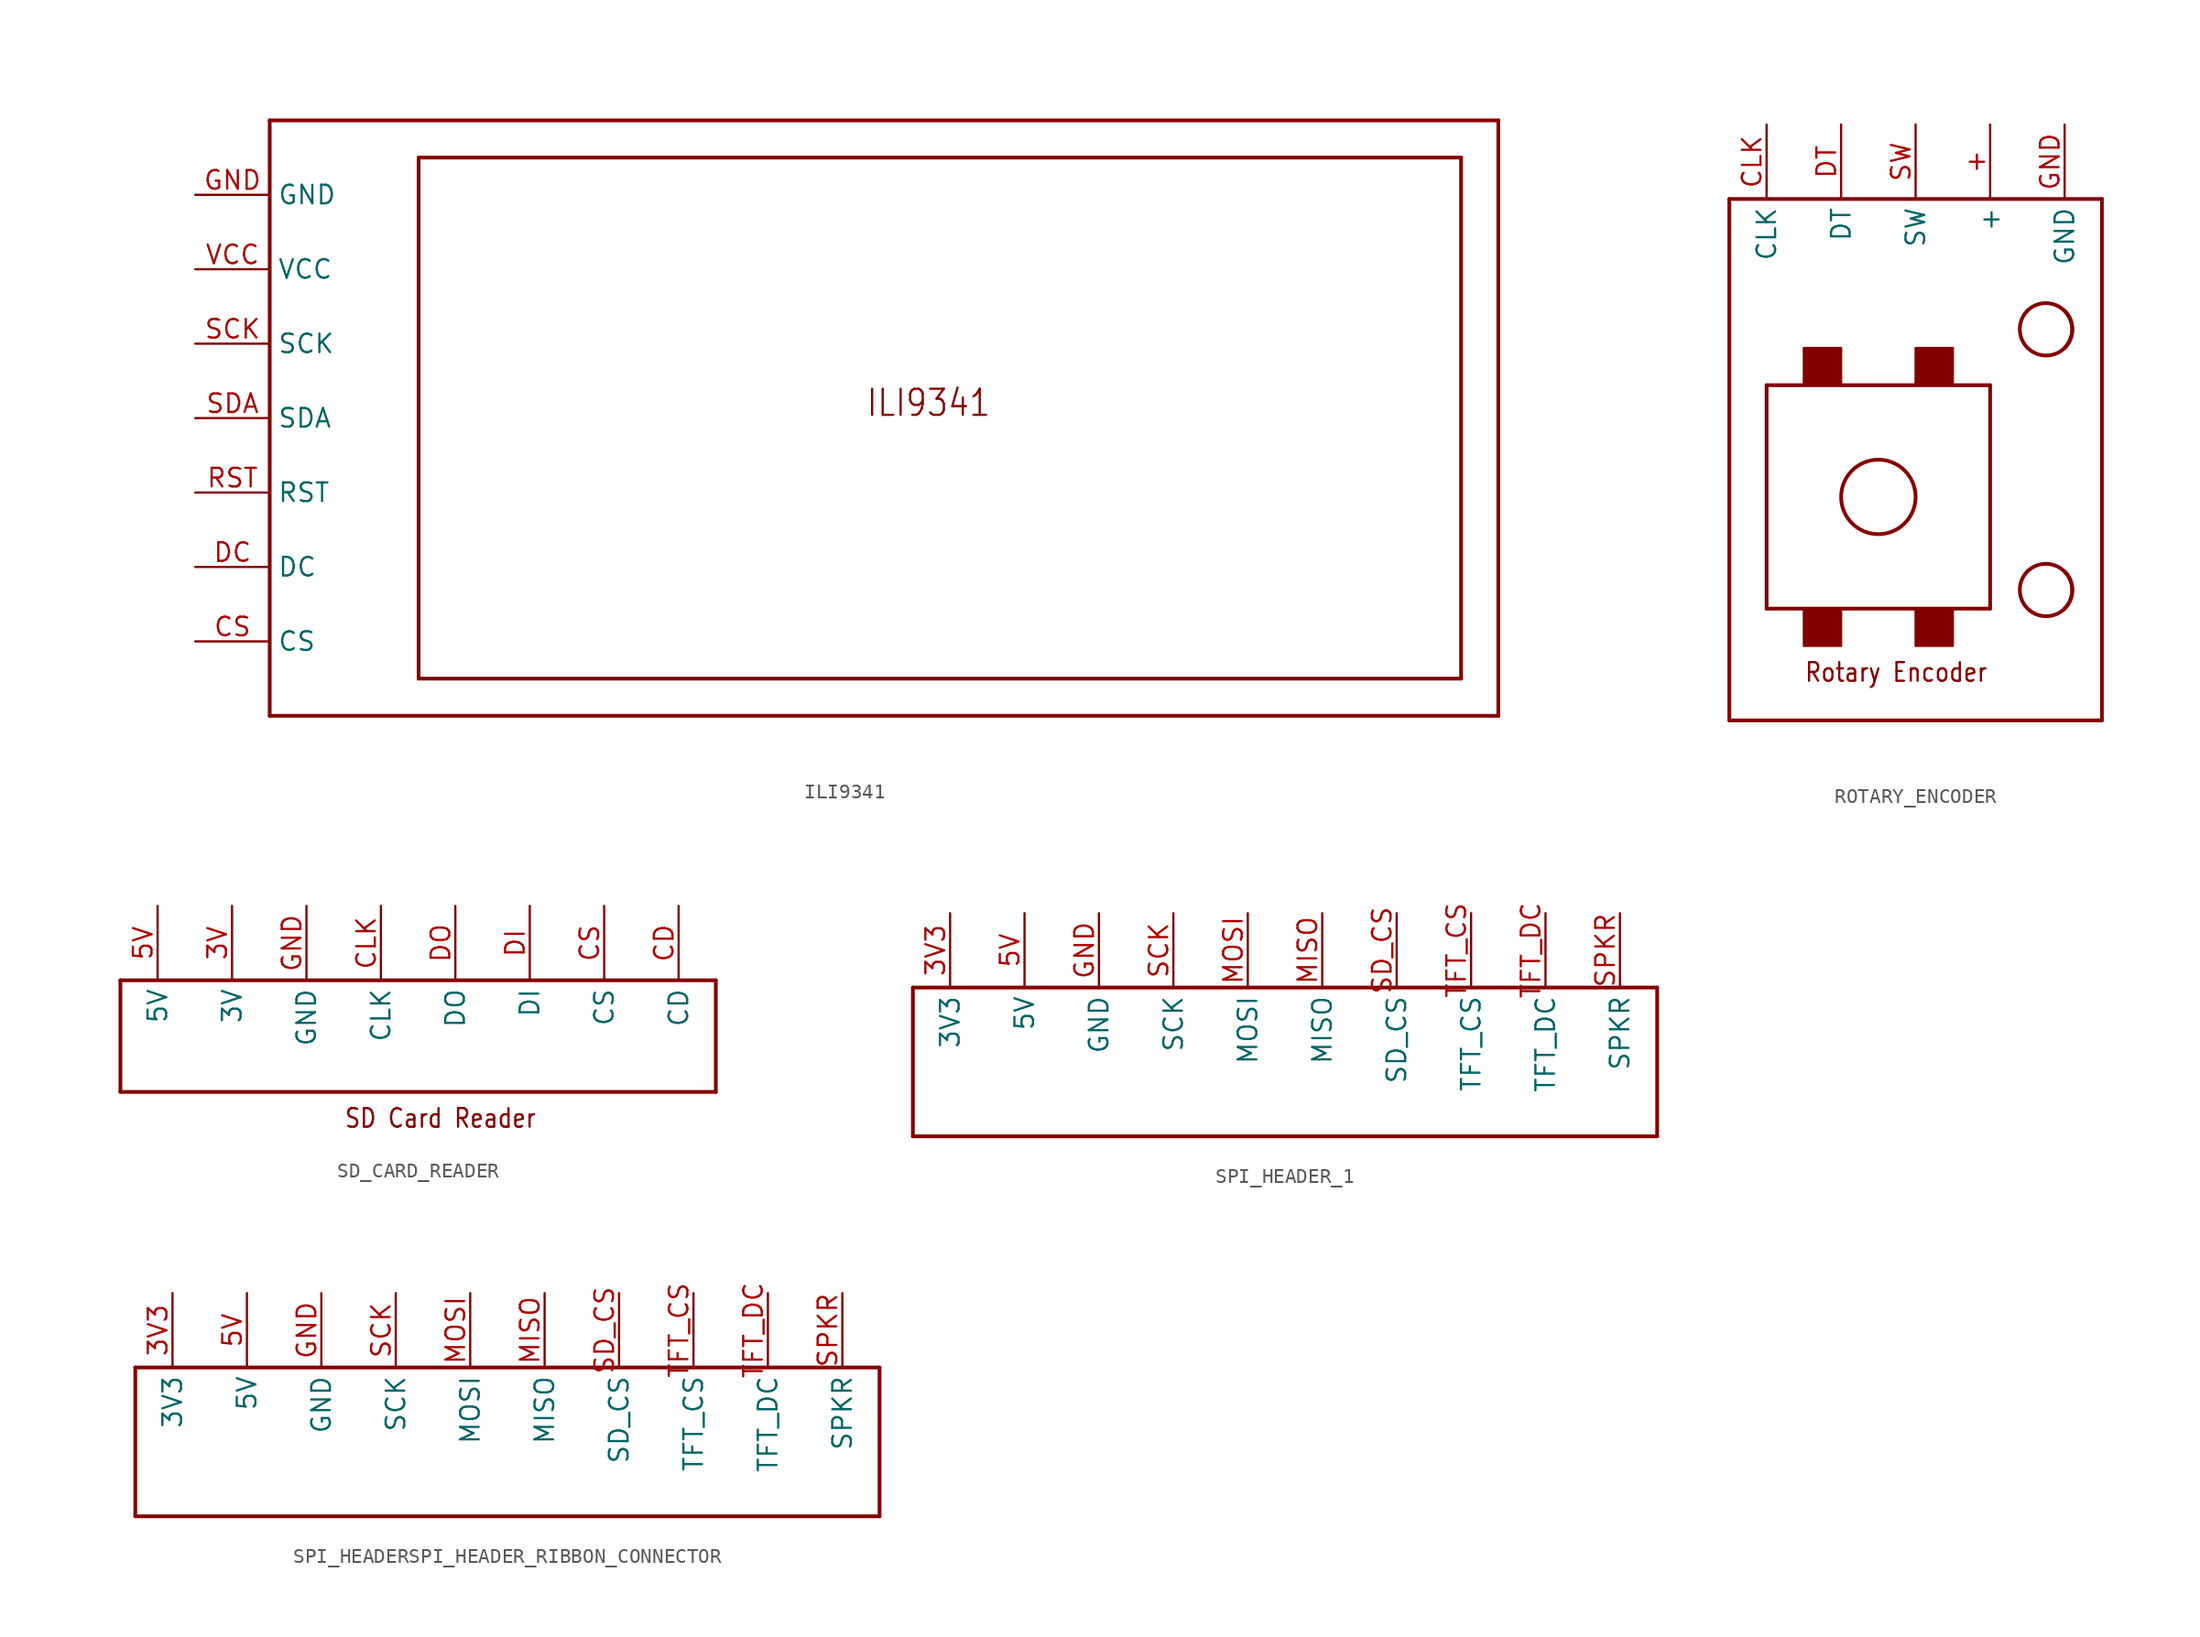
<source format=kicad_sym>
(kicad_symbol_lib
  (version 20231120)
  (generator "kicad_symbol_editor")
  (generator_version "8.0")
  (symbol "ILI9341"
    (property "Reference" "U"
      (at -3.302 -4.064 0)
      (effects (font (size 1.27 1.27)) (hide yes)))
    (symbol "ILI9341_1_0"
      (polyline (pts (xy -48.26 -22.86) (xy 35.56 -22.86)) (stroke (width 0.254) (type solid)) (fill (type none)))
      (polyline (pts (xy -48.26 17.78) (xy -48.26 -22.86)) (stroke (width 0.254) (type solid)) (fill (type none)))
      (polyline (pts (xy -38.1 -20.32) (xy 33.02 -20.32)) (stroke (width 0.254) (type solid)) (fill (type none)))
      (polyline (pts (xy -38.1 15.24) (xy -38.1 -20.32)) (stroke (width 0.254) (type solid)) (fill (type none)))
      (polyline (pts (xy 33.02 -20.32) (xy 33.02 15.24)) (stroke (width 0.254) (type solid)) (fill (type none)))
      (polyline (pts (xy 33.02 15.24) (xy -38.1 15.24)) (stroke (width 0.254) (type solid)) (fill (type none)))
      (polyline (pts (xy 35.56 -22.86) (xy 35.56 17.78)) (stroke (width 0.254) (type solid)) (fill (type none)))
      (polyline (pts (xy 35.56 17.78) (xy -48.26 17.78)) (stroke (width 0.254) (type solid)) (fill (type none)))
      (text "ILI9341" (at -7.62 -2.54 0) (effects (font (size 1.778 1.511)) (justify left bottom)))
      (pin input line (at -53.34 -17.78 0) (length 5.08) (name "CS" (effects (font (size 1.27 1.27)))) (number "CS" (effects (font (size 1.27 1.27)))))
      (pin input line (at -53.34 -12.7 0) (length 5.08) (name "DC" (effects (font (size 1.27 1.27)))) (number "DC" (effects (font (size 1.27 1.27)))))
      (pin power_in line (at -53.34 12.7 0) (length 5.08) (name "GND" (effects (font (size 1.27 1.27)))) (number "GND" (effects (font (size 1.27 1.27)))))
      (pin input line (at -53.34 -7.62 0) (length 5.08) (name "RST" (effects (font (size 1.27 1.27)))) (number "RST" (effects (font (size 1.27 1.27)))))
      (pin bidirectional line (at -53.34 2.54 0) (length 5.08) (name "SCK" (effects (font (size 1.27 1.27)))) (number "SCK" (effects (font (size 1.27 1.27)))))
      (pin input line (at -53.34 -2.54 0) (length 5.08) (name "SDA" (effects (font (size 1.27 1.27)))) (number "SDA" (effects (font (size 1.27 1.27)))))
      (pin power_in line (at -53.34 7.62 0) (length 5.08) (name "VCC" (effects (font (size 1.27 1.27)))) (number "VCC" (effects (font (size 1.27 1.27)))))))
  (symbol "ROTARY_ENCODER"
    (property "Reference" ""
      (at 0 0 0)
      (effects (font (size 1.27 1.27)) (hide yes)))
    (property "ki_locked" ""
      (at 0 0 0)
      (effects (font (size 1.27 1.27))))
    (symbol "ROTARY_ENCODER_1_0"
      (rectangle (start -7.62 -12.7) (end -5.08 -10.16) (stroke (width 0) (type default)) (fill (type outline)))
      (rectangle (start -7.62 5.08) (end -5.08 7.62) (stroke (width 0) (type default)) (fill (type outline)))
      (circle (center -2.54 -2.54) (radius 2.54) (stroke (width 0.254) (type solid)) (fill (type none)))
      (rectangle (start 0 -12.7) (end 2.54 -10.16) (stroke (width 0) (type default)) (fill (type outline)))
      (polyline (pts (xy -12.7 -17.78) (xy 12.7 -17.78)) (stroke (width 0.254) (type solid)) (fill (type none)))
      (polyline (pts (xy -12.7 17.78) (xy -12.7 -17.78)) (stroke (width 0.254) (type solid)) (fill (type none)))
      (polyline (pts (xy -10.16 -10.16) (xy -10.16 5.08)) (stroke (width 0.254) (type solid)) (fill (type none)))
      (polyline (pts (xy -10.16 5.08) (xy 5.08 5.08)) (stroke (width 0.254) (type solid)) (fill (type none)))
      (polyline (pts (xy 5.08 -10.16) (xy -10.16 -10.16)) (stroke (width 0.254) (type solid)) (fill (type none)))
      (polyline (pts (xy 5.08 5.08) (xy 5.08 -10.16)) (stroke (width 0.254) (type solid)) (fill (type none)))
      (polyline (pts (xy 12.7 -17.78) (xy 12.7 17.78)) (stroke (width 0.254) (type solid)) (fill (type none)))
      (polyline (pts (xy 12.7 17.78) (xy -12.7 17.78)) (stroke (width 0.254) (type solid)) (fill (type none)))
      (rectangle (start 0 5.08) (end 2.54 7.62) (stroke (width 0) (type default)) (fill (type outline)))
      (arc (start 7.62 -7.62) (mid 7.62 -10.16) (end 10.16 -10.16) (stroke (width 0.254) (type solid)) (fill (type none)))
      (arc (start 7.62 10.16) (mid 7.62 7.62) (end 10.16 7.62) (stroke (width 0.254) (type solid)) (fill (type none)))
      (arc (start 10.16 -10.16) (mid 10.16 -7.62) (end 7.62 -7.62) (stroke (width 0.254) (type solid)) (fill (type none)))
      (arc (start 10.16 -10.16) (mid 10.6861 -8.89) (end 10.16 -7.62) (stroke (width 0.254) (type solid)) (fill (type none)))
      (arc (start 10.16 7.62) (mid 10.16 10.16) (end 7.62 10.16) (stroke (width 0.254) (type solid)) (fill (type none)))
      (arc (start 10.16 7.62) (mid 10.6861 8.89) (end 10.16 10.16) (stroke (width 0.254) (type solid)) (fill (type none)))
      (text "Rotary Encoder" (at -7.62 -15.24 0) (effects (font (size 1.27 1.079)) (justify left bottom)))
      (pin power_in line (at 5.08 22.86 270) (length 5.08) (name "+" (effects (font (size 1.27 1.27)))) (number "+" (effects (font (size 1.27 1.27)))))
      (pin bidirectional line (at -10.16 22.86 270) (length 5.08) (name "CLK" (effects (font (size 1.27 1.27)))) (number "CLK" (effects (font (size 1.27 1.27)))))
      (pin bidirectional line (at -5.08 22.86 270) (length 5.08) (name "DT" (effects (font (size 1.27 1.27)))) (number "DT" (effects (font (size 1.27 1.27)))))
      (pin power_in line (at 10.16 22.86 270) (length 5.08) (name "GND" (effects (font (size 1.27 1.27)))) (number "GND" (effects (font (size 1.27 1.27)))))
      (pin bidirectional line (at 0 22.86 270) (length 5.08) (name "SW" (effects (font (size 1.27 1.27)))) (number "SW" (effects (font (size 1.27 1.27)))))))
  (symbol "SD_CARD_READER"
    (property "Reference" "U"
      (at 11.684 -6.858 0)
      (effects (font (size 1.27 1.27)) (hide yes)))
    (symbol "SD_CARD_READER_1_0"
      (polyline (pts (xy -20.32 -5.08) (xy -20.32 2.54)) (stroke (width 0.254) (type solid)) (fill (type none)))
      (polyline (pts (xy -20.32 2.54) (xy 20.32 2.54)) (stroke (width 0.254) (type solid)) (fill (type none)))
      (polyline (pts (xy 20.32 -5.08) (xy -20.32 -5.08)) (stroke (width 0.254) (type solid)) (fill (type none)))
      (polyline (pts (xy 20.32 2.54) (xy 20.32 -5.08)) (stroke (width 0.254) (type solid)) (fill (type none)))
      (text "SD Card Reader" (at -5.08 -7.62 0) (effects (font (size 1.27 1.079)) (justify left bottom)))
      (pin power_in line (at -12.7 7.62 270) (length 5.08) (name "3V" (effects (font (size 1.27 1.27)))) (number "3V" (effects (font (size 1.27 1.27)))))
      (pin power_in line (at -17.78 7.62 270) (length 5.08) (name "5V" (effects (font (size 1.27 1.27)))) (number "5V" (effects (font (size 1.27 1.27)))))
      (pin bidirectional line (at 17.78 7.62 270) (length 5.08) (name "CD" (effects (font (size 1.27 1.27)))) (number "CD" (effects (font (size 1.27 1.27)))))
      (pin bidirectional line (at -2.54 7.62 270) (length 5.08) (name "CLK" (effects (font (size 1.27 1.27)))) (number "CLK" (effects (font (size 1.27 1.27)))))
      (pin bidirectional line (at 12.7 7.62 270) (length 5.08) (name "CS" (effects (font (size 1.27 1.27)))) (number "CS" (effects (font (size 1.27 1.27)))))
      (pin bidirectional line (at 7.62 7.62 270) (length 5.08) (name "DI" (effects (font (size 1.27 1.27)))) (number "DI" (effects (font (size 1.27 1.27)))))
      (pin bidirectional line (at 2.54 7.62 270) (length 5.08) (name "DO" (effects (font (size 1.27 1.27)))) (number "DO" (effects (font (size 1.27 1.27)))))
      (pin power_in line (at -7.62 7.62 270) (length 5.08) (name "GND" (effects (font (size 1.27 1.27)))) (number "GND" (effects (font (size 1.27 1.27)))))))
  (symbol "SPI_HEADER_1"
    (property "Reference" ""
      (at 0 0 0)
      (effects (font (size 1.27 1.27)) (hide yes)))
    (property "ki_locked" ""
      (at 0 0 0)
      (effects (font (size 1.27 1.27))))
    (symbol "SPI_HEADER_1_1_0"
      (polyline (pts (xy -25.4 -5.08) (xy 25.4 -5.08)) (stroke (width 0.254) (type solid)) (fill (type none)))
      (polyline (pts (xy -25.4 5.08) (xy -25.4 -5.08)) (stroke (width 0.254) (type solid)) (fill (type none)))
      (polyline (pts (xy -25.4 5.08) (xy 25.4 5.08)) (stroke (width 0.254) (type solid)) (fill (type none)))
      (polyline (pts (xy 25.4 5.08) (xy 25.4 -5.08)) (stroke (width 0.254) (type solid)) (fill (type none)))
      (pin power_in line (at -22.86 10.16 270) (length 5.08) (name "3V3" (effects (font (size 1.27 1.27)))) (number "3V3" (effects (font (size 1.27 1.27)))))
      (pin power_in line (at -17.78 10.16 270) (length 5.08) (name "5V" (effects (font (size 1.27 1.27)))) (number "5V" (effects (font (size 1.27 1.27)))))
      (pin power_in line (at -12.7 10.16 270) (length 5.08) (name "GND" (effects (font (size 1.27 1.27)))) (number "GND" (effects (font (size 1.27 1.27)))))
      (pin bidirectional line (at 2.54 10.16 270) (length 5.08) (name "MISO" (effects (font (size 1.27 1.27)))) (number "MISO" (effects (font (size 1.27 1.27)))))
      (pin bidirectional line (at -2.54 10.16 270) (length 5.08) (name "MOSI" (effects (font (size 1.27 1.27)))) (number "MOSI" (effects (font (size 1.27 1.27)))))
      (pin bidirectional line (at -7.62 10.16 270) (length 5.08) (name "SCK" (effects (font (size 1.27 1.27)))) (number "SCK" (effects (font (size 1.27 1.27)))))
      (pin bidirectional line (at 7.62 10.16 270) (length 5.08) (name "SD_CS" (effects (font (size 1.27 1.27)))) (number "SD_CS" (effects (font (size 1.27 1.27)))))
      (pin bidirectional line (at 22.86 10.16 270) (length 5.08) (name "SPKR" (effects (font (size 1.27 1.27)))) (number "SPKR" (effects (font (size 1.27 1.27)))))
      (pin bidirectional line (at 12.7 10.16 270) (length 5.08) (name "TFT_CS" (effects (font (size 1.27 1.27)))) (number "TFT_CS" (effects (font (size 1.27 1.27)))))
      (pin bidirectional line (at 17.78 10.16 270) (length 5.08) (name "TFT_DC" (effects (font (size 1.27 1.27)))) (number "TFT_DC" (effects (font (size 1.27 1.27)))))))
  (symbol "SPI_HEADERSPI_HEADER_RIBBON_CONNECTOR"
    (property "Reference" ""
      (at 0 0 0)
      (effects (font (size 1.27 1.27)) (hide yes)))
    (property "ki_locked" ""
      (at 0 0 0)
      (effects (font (size 1.27 1.27))))
    (symbol "SPI_HEADERSPI_HEADER_RIBBON_CONNECTOR_1_0"
      (polyline (pts (xy -25.4 -5.08) (xy 25.4 -5.08)) (stroke (width 0.254) (type solid)) (fill (type none)))
      (polyline (pts (xy -25.4 5.08) (xy -25.4 -5.08)) (stroke (width 0.254) (type solid)) (fill (type none)))
      (polyline (pts (xy -25.4 5.08) (xy 25.4 5.08)) (stroke (width 0.254) (type solid)) (fill (type none)))
      (polyline (pts (xy 25.4 5.08) (xy 25.4 -5.08)) (stroke (width 0.254) (type solid)) (fill (type none)))
      (pin power_in line (at -22.86 10.16 270) (length 5.08) (name "3V3" (effects (font (size 1.27 1.27)))) (number "3V3" (effects (font (size 1.27 1.27)))))
      (pin power_in line (at -17.78 10.16 270) (length 5.08) (name "5V" (effects (font (size 1.27 1.27)))) (number "5V" (effects (font (size 1.27 1.27)))))
      (pin power_in line (at -12.7 10.16 270) (length 5.08) (name "GND" (effects (font (size 1.27 1.27)))) (number "GND" (effects (font (size 1.27 1.27)))))
      (pin bidirectional line (at 2.54 10.16 270) (length 5.08) (name "MISO" (effects (font (size 1.27 1.27)))) (number "MISO" (effects (font (size 1.27 1.27)))))
      (pin bidirectional line (at -2.54 10.16 270) (length 5.08) (name "MOSI" (effects (font (size 1.27 1.27)))) (number "MOSI" (effects (font (size 1.27 1.27)))))
      (pin bidirectional line (at -7.62 10.16 270) (length 5.08) (name "SCK" (effects (font (size 1.27 1.27)))) (number "SCK" (effects (font (size 1.27 1.27)))))
      (pin bidirectional line (at 7.62 10.16 270) (length 5.08) (name "SD_CS" (effects (font (size 1.27 1.27)))) (number "SD_CS" (effects (font (size 1.27 1.27)))))
      (pin bidirectional line (at 22.86 10.16 270) (length 5.08) (name "SPKR" (effects (font (size 1.27 1.27)))) (number "SPKR" (effects (font (size 1.27 1.27)))))
      (pin bidirectional line (at 12.7 10.16 270) (length 5.08) (name "TFT_CS" (effects (font (size 1.27 1.27)))) (number "TFT_CS" (effects (font (size 1.27 1.27)))))
      (pin bidirectional line (at 17.78 10.16 270) (length 5.08) (name "TFT_DC" (effects (font (size 1.27 1.27)))) (number "TFT_DC" (effects (font (size 1.27 1.27))))))))
</source>
